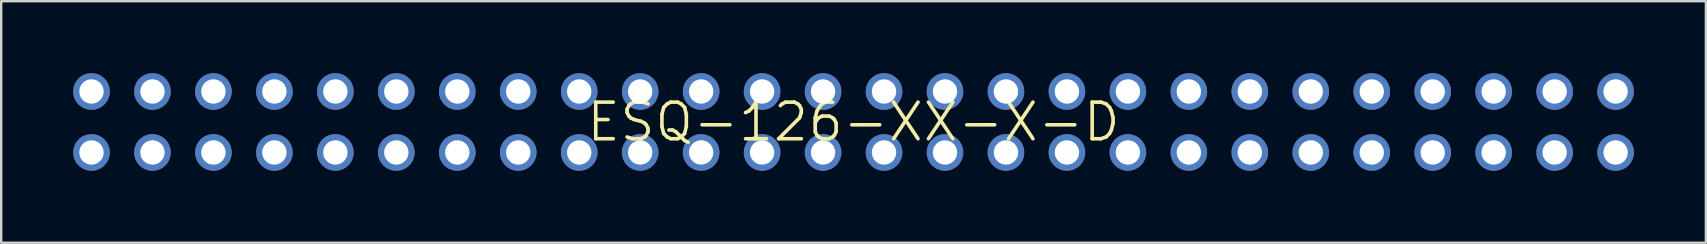
<source format=kicad_pcb>
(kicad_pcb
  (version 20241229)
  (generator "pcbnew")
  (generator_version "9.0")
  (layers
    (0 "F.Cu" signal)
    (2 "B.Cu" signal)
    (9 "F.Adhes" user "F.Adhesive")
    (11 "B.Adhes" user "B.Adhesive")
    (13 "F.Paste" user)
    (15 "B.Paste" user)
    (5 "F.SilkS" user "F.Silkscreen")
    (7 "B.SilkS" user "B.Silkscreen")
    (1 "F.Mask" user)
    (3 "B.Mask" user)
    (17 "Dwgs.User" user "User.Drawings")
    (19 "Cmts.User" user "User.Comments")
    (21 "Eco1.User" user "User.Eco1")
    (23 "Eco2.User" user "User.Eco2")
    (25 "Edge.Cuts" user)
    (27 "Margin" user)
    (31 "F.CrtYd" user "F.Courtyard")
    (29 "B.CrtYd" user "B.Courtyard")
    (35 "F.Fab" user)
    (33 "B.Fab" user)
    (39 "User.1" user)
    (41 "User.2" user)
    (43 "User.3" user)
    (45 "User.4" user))
  (footprint "ESQ-126-XX-X-D"
    (layer "F.Cu")
    (at 32.512 2.032)
    (property "Reference" "ESQ-126-XX-X-D" (at 0 0 0) (layer "F.SilkS") (effects (font (size 1.524 1.524) (thickness 0.15))))
    (attr exclude_from_pos_files exclude_from_bom)
    (pad "1" thru_hole circle (at -31.75 1.27) (size 1.524 1.524) (drill 1.016) (layers "*.Cu" "*.Paste" "*.Mask"))
    (pad "2" thru_hole circle (at -31.75 -1.27) (size 1.524 1.524) (drill 1.016) (layers "*.Cu" "*.Paste" "*.Mask"))
    (pad "3" thru_hole circle (at -29.21 1.27) (size 1.524 1.524) (drill 1.016) (layers "*.Cu" "*.Paste" "*.Mask"))
    (pad "4" thru_hole circle (at -29.21 -1.27) (size 1.524 1.524) (drill 1.016) (layers "*.Cu" "*.Paste" "*.Mask"))
    (pad "5" thru_hole circle (at -26.67 1.27) (size 1.524 1.524) (drill 1.016) (layers "*.Cu" "*.Paste" "*.Mask"))
    (pad "6" thru_hole circle (at -26.67 -1.27) (size 1.524 1.524) (drill 1.016) (layers "*.Cu" "*.Paste" "*.Mask"))
    (pad "7" thru_hole circle (at -24.13 1.27) (size 1.524 1.524) (drill 1.016) (layers "*.Cu" "*.Paste" "*.Mask"))
    (pad "8" thru_hole circle (at -24.13 -1.27) (size 1.524 1.524) (drill 1.016) (layers "*.Cu" "*.Paste" "*.Mask"))
    (pad "9" thru_hole circle (at -21.59 1.27) (size 1.524 1.524) (drill 1.016) (layers "*.Cu" "*.Paste" "*.Mask"))
    (pad "10" thru_hole circle (at -21.59 -1.27) (size 1.524 1.524) (drill 1.016) (layers "*.Cu" "*.Paste" "*.Mask"))
    (pad "11" thru_hole circle (at -19.05 1.27) (size 1.524 1.524) (drill 1.016) (layers "*.Cu" "*.Paste" "*.Mask"))
    (pad "12" thru_hole circle (at -19.05 -1.27) (size 1.524 1.524) (drill 1.016) (layers "*.Cu" "*.Paste" "*.Mask"))
    (pad "13" thru_hole circle (at -16.51 1.27) (size 1.524 1.524) (drill 1.016) (layers "*.Cu" "*.Paste" "*.Mask"))
    (pad "14" thru_hole circle (at -16.51 -1.27) (size 1.524 1.524) (drill 1.016) (layers "*.Cu" "*.Paste" "*.Mask"))
    (pad "15" thru_hole circle (at -13.97 1.27) (size 1.524 1.524) (drill 1.016) (layers "*.Cu" "*.Paste" "*.Mask"))
    (pad "16" thru_hole circle (at -13.97 -1.27) (size 1.524 1.524) (drill 1.016) (layers "*.Cu" "*.Paste" "*.Mask"))
    (pad "17" thru_hole circle (at -11.43 1.27) (size 1.524 1.524) (drill 1.016) (layers "*.Cu" "*.Paste" "*.Mask"))
    (pad "18" thru_hole circle (at -11.43 -1.27) (size 1.524 1.524) (drill 1.016) (layers "*.Cu" "*.Paste" "*.Mask"))
    (pad "19" thru_hole circle (at -8.89 1.27) (size 1.524 1.524) (drill 1.016) (layers "*.Cu" "*.Paste" "*.Mask"))
    (pad "20" thru_hole circle (at -8.89 -1.27) (size 1.524 1.524) (drill 1.016) (layers "*.Cu" "*.Paste" "*.Mask"))
    (pad "21" thru_hole circle (at -6.35 1.27) (size 1.524 1.524) (drill 1.016) (layers "*.Cu" "*.Paste" "*.Mask"))
    (pad "22" thru_hole circle (at -6.35 -1.27) (size 1.524 1.524) (drill 1.016) (layers "*.Cu" "*.Paste" "*.Mask"))
    (pad "23" thru_hole circle (at -3.81 1.27) (size 1.524 1.524) (drill 1.016) (layers "*.Cu" "*.Paste" "*.Mask"))
    (pad "24" thru_hole circle (at -3.81 -1.27) (size 1.524 1.524) (drill 1.016) (layers "*.Cu" "*.Paste" "*.Mask"))
    (pad "25" thru_hole circle (at -1.27 1.27) (size 1.524 1.524) (drill 1.016) (layers "*.Cu" "*.Paste" "*.Mask"))
    (pad "26" thru_hole circle (at -1.27 -1.27) (size 1.524 1.524) (drill 1.016) (layers "*.Cu" "*.Paste" "*.Mask"))
    (pad "27" thru_hole circle (at 1.27 1.27) (size 1.524 1.524) (drill 1.016) (layers "*.Cu" "*.Paste" "*.Mask"))
    (pad "28" thru_hole circle (at 1.27 -1.27) (size 1.524 1.524) (drill 1.016) (layers "*.Cu" "*.Paste" "*.Mask"))
    (pad "29" thru_hole circle (at 3.81 1.27) (size 1.524 1.524) (drill 1.016) (layers "*.Cu" "*.Paste" "*.Mask"))
    (pad "30" thru_hole circle (at 3.81 -1.27) (size 1.524 1.524) (drill 1.016) (layers "*.Cu" "*.Paste" "*.Mask"))
    (pad "31" thru_hole circle (at 6.35 1.27) (size 1.524 1.524) (drill 1.016) (layers "*.Cu" "*.Paste" "*.Mask"))
    (pad "32" thru_hole circle (at 6.35 -1.27) (size 1.524 1.524) (drill 1.016) (layers "*.Cu" "*.Paste" "*.Mask"))
    (pad "33" thru_hole circle (at 8.89 1.27) (size 1.524 1.524) (drill 1.016) (layers "*.Cu" "*.Paste" "*.Mask"))
    (pad "34" thru_hole circle (at 8.89 -1.27) (size 1.524 1.524) (drill 1.016) (layers "*.Cu" "*.Paste" "*.Mask"))
    (pad "35" thru_hole circle (at 11.43 1.27) (size 1.524 1.524) (drill 1.016) (layers "*.Cu" "*.Paste" "*.Mask"))
    (pad "36" thru_hole circle (at 11.43 -1.27) (size 1.524 1.524) (drill 1.016) (layers "*.Cu" "*.Paste" "*.Mask"))
    (pad "37" thru_hole circle (at 13.97 1.27) (size 1.524 1.524) (drill 1.016) (layers "*.Cu" "*.Paste" "*.Mask"))
    (pad "38" thru_hole circle (at 13.97 -1.27) (size 1.524 1.524) (drill 1.016) (layers "*.Cu" "*.Paste" "*.Mask"))
    (pad "39" thru_hole circle (at 16.51 1.27) (size 1.524 1.524) (drill 1.016) (layers "*.Cu" "*.Paste" "*.Mask"))
    (pad "40" thru_hole circle (at 16.51 -1.27) (size 1.524 1.524) (drill 1.016) (layers "*.Cu" "*.Paste" "*.Mask"))
    (pad "41" thru_hole circle (at 19.05 1.27) (size 1.524 1.524) (drill 1.016) (layers "*.Cu" "*.Paste" "*.Mask"))
    (pad "42" thru_hole circle (at 19.05 -1.27) (size 1.524 1.524) (drill 1.016) (layers "*.Cu" "*.Paste" "*.Mask"))
    (pad "43" thru_hole circle (at 21.59 1.27) (size 1.524 1.524) (drill 1.016) (layers "*.Cu" "*.Paste" "*.Mask"))
    (pad "44" thru_hole circle (at 21.59 -1.27) (size 1.524 1.524) (drill 1.016) (layers "*.Cu" "*.Paste" "*.Mask"))
    (pad "45" thru_hole circle (at 24.13 1.27) (size 1.524 1.524) (drill 1.016) (layers "*.Cu" "*.Paste" "*.Mask"))
    (pad "46" thru_hole circle (at 24.13 -1.27) (size 1.524 1.524) (drill 1.016) (layers "*.Cu" "*.Paste" "*.Mask"))
    (pad "47" thru_hole circle (at 26.67 1.27) (size 1.524 1.524) (drill 1.016) (layers "*.Cu" "*.Paste" "*.Mask"))
    (pad "48" thru_hole circle (at 26.67 -1.27) (size 1.524 1.524) (drill 1.016) (layers "*.Cu" "*.Paste" "*.Mask"))
    (pad "49" thru_hole circle (at 29.21 1.27) (size 1.524 1.524) (drill 1.016) (layers "*.Cu" "*.Paste" "*.Mask"))
    (pad "50" thru_hole circle (at 29.21 -1.27) (size 1.524 1.524) (drill 1.016) (layers "*.Cu" "*.Paste" "*.Mask"))
    (pad "51" thru_hole circle (at 31.75 1.27) (size 1.524 1.524) (drill 1.016) (layers "*.Cu" "*.Paste" "*.Mask"))
    (pad "52" thru_hole circle (at 31.75 -1.27) (size 1.524 1.524) (drill 1.016) (layers "*.Cu" "*.Paste" "*.Mask")))
  (gr_rect
    (start -3 -3)
    (end 68.024 7.064)
    (stroke (width 0.1) (type default))
    (fill no)
    (layer "Edge.Cuts")))
</source>
